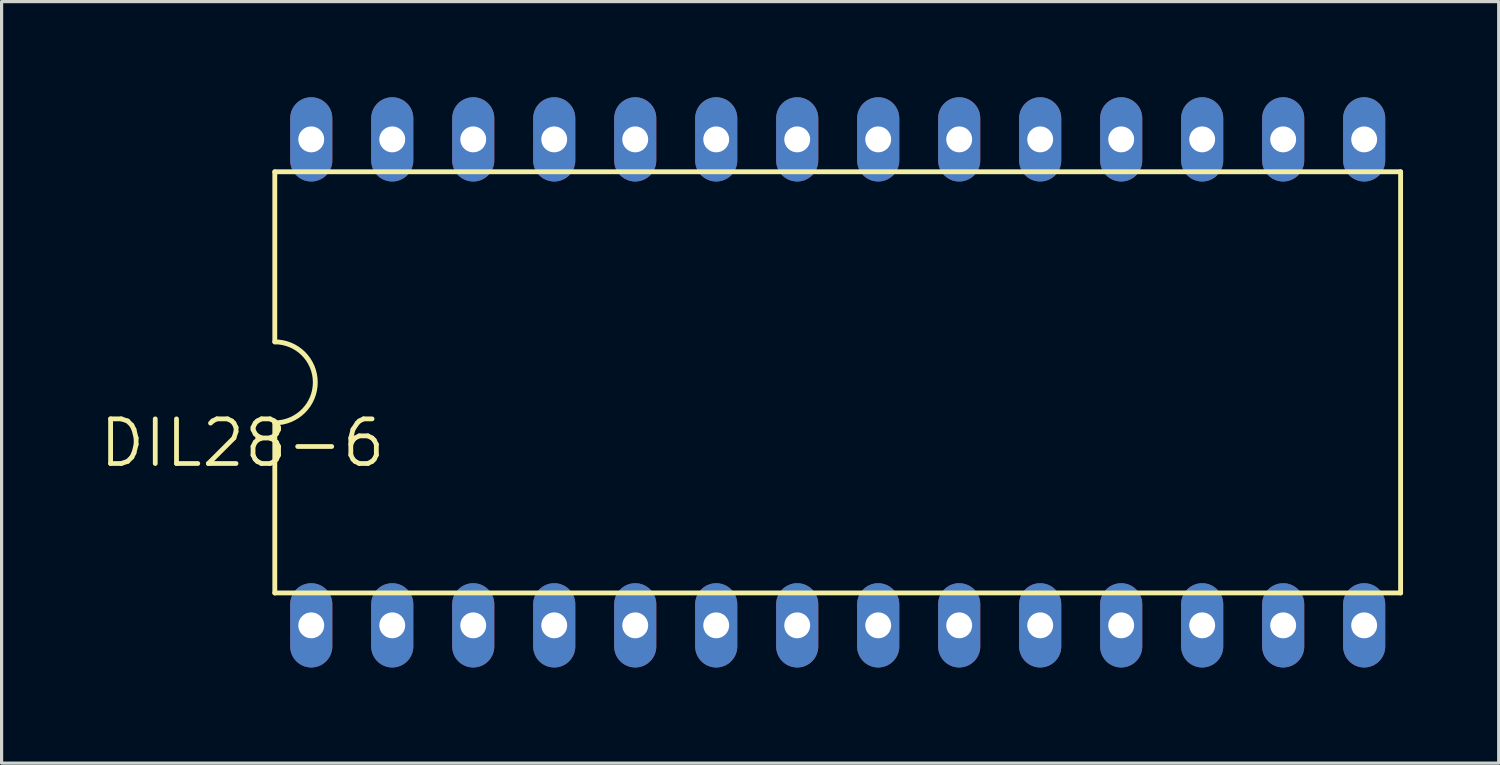
<source format=kicad_pcb>
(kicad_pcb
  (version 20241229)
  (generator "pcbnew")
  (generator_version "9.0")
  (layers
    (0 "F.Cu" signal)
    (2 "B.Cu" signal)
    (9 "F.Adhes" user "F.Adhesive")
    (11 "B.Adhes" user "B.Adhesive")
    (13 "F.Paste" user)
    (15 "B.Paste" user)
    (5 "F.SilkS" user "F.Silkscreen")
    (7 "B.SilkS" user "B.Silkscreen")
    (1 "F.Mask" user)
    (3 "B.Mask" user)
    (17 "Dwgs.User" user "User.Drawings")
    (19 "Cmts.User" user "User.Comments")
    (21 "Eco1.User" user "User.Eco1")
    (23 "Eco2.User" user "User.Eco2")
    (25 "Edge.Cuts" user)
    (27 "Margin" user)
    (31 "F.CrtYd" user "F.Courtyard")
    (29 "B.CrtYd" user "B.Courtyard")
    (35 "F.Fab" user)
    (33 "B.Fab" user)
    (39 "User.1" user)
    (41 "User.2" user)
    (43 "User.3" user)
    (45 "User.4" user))
  (footprint "DIL28-6"
    (layer "F.Cu")
    (at 23.221 8.941)
    (property "Reference" "DIL28-6" (at -18.669 1.905 180) (layer "F.SilkS") (effects (font (size 1.4 1.4) (thickness 0.15))))
    (attr through_hole)
    (fp_line (start -17.653 -6.604) (end -17.653 -1.27) (stroke (width 0.152) (type solid)) (layer "F.SilkS"))
    (fp_line (start -17.653 -6.604) (end 17.653 -6.604) (stroke (width 0.152) (type solid)) (layer "F.SilkS"))
    (fp_line (start -17.653 1.27) (end -17.653 6.604) (stroke (width 0.152) (type solid)) (layer "F.SilkS"))
    (fp_line (start -17.653 6.604) (end 17.653 6.604) (stroke (width 0.152) (type solid)) (layer "F.SilkS"))
    (fp_line (start 17.653 6.604) (end 17.653 -6.604) (stroke (width 0.152) (type solid)) (layer "F.SilkS"))
    (fp_arc (start -17.653 -1.27) (mid -16.383 0) (end -17.653 1.27) (stroke (width 0.1524) (type solid)) (layer "F.SilkS"))
    (pad "1" thru_hole oval (at -16.51 7.62) (size 1.321 2.642) (drill 0.813) (layers "*.Cu" "*.Mask"))
    (pad "2" thru_hole oval (at -13.97 7.62) (size 1.321 2.642) (drill 0.813) (layers "*.Cu" "*.Mask"))
    (pad "3" thru_hole oval (at -11.43 7.62) (size 1.321 2.642) (drill 0.813) (layers "*.Cu" "*.Mask"))
    (pad "4" thru_hole oval (at -8.89 7.62) (size 1.321 2.642) (drill 0.813) (layers "*.Cu" "*.Mask"))
    (pad "5" thru_hole oval (at -6.35 7.62) (size 1.321 2.642) (drill 0.813) (layers "*.Cu" "*.Mask"))
    (pad "6" thru_hole oval (at -3.81 7.62) (size 1.321 2.642) (drill 0.813) (layers "*.Cu" "*.Mask"))
    (pad "7" thru_hole oval (at -1.27 7.62) (size 1.321 2.642) (drill 0.813) (layers "*.Cu" "*.Mask"))
    (pad "8" thru_hole oval (at 1.27 7.62) (size 1.321 2.642) (drill 0.813) (layers "*.Cu" "*.Mask"))
    (pad "9" thru_hole oval (at 3.81 7.62) (size 1.321 2.642) (drill 0.813) (layers "*.Cu" "*.Mask"))
    (pad "10" thru_hole oval (at 6.35 7.62) (size 1.321 2.642) (drill 0.813) (layers "*.Cu" "*.Mask"))
    (pad "11" thru_hole oval (at 8.89 7.62) (size 1.321 2.642) (drill 0.813) (layers "*.Cu" "*.Mask"))
    (pad "12" thru_hole oval (at 11.43 7.62) (size 1.321 2.642) (drill 0.813) (layers "*.Cu" "*.Mask"))
    (pad "13" thru_hole oval (at 13.97 7.62) (size 1.321 2.642) (drill 0.813) (layers "*.Cu" "*.Mask"))
    (pad "14" thru_hole oval (at 16.51 7.62) (size 1.321 2.642) (drill 0.813) (layers "*.Cu" "*.Mask"))
    (pad "15" thru_hole oval (at 16.51 -7.62) (size 1.321 2.642) (drill 0.813) (layers "*.Cu" "*.Mask"))
    (pad "16" thru_hole oval (at 13.97 -7.62) (size 1.321 2.642) (drill 0.813) (layers "*.Cu" "*.Mask"))
    (pad "17" thru_hole oval (at 11.43 -7.62) (size 1.321 2.642) (drill 0.813) (layers "*.Cu" "*.Mask"))
    (pad "18" thru_hole oval (at 8.89 -7.62) (size 1.321 2.642) (drill 0.813) (layers "*.Cu" "*.Mask"))
    (pad "19" thru_hole oval (at 6.35 -7.62) (size 1.321 2.642) (drill 0.813) (layers "*.Cu" "*.Mask"))
    (pad "20" thru_hole oval (at 3.81 -7.62) (size 1.321 2.642) (drill 0.813) (layers "*.Cu" "*.Mask"))
    (pad "21" thru_hole oval (at 1.27 -7.62) (size 1.321 2.642) (drill 0.813) (layers "*.Cu" "*.Mask"))
    (pad "22" thru_hole oval (at -1.27 -7.62) (size 1.321 2.642) (drill 0.813) (layers "*.Cu" "*.Mask"))
    (pad "23" thru_hole oval (at -3.81 -7.62) (size 1.321 2.642) (drill 0.813) (layers "*.Cu" "*.Mask"))
    (pad "24" thru_hole oval (at -6.35 -7.62) (size 1.321 2.642) (drill 0.813) (layers "*.Cu" "*.Mask"))
    (pad "25" thru_hole oval (at -8.89 -7.62) (size 1.321 2.642) (drill 0.813) (layers "*.Cu" "*.Mask"))
    (pad "26" thru_hole oval (at -11.43 -7.62) (size 1.321 2.642) (drill 0.813) (layers "*.Cu" "*.Mask"))
    (pad "27" thru_hole oval (at -13.97 -7.62) (size 1.321 2.642) (drill 0.813) (layers "*.Cu" "*.Mask"))
    (pad "28" thru_hole oval (at -16.51 -7.62) (size 1.321 2.642) (drill 0.813) (layers "*.Cu" "*.Mask")))
  (gr_rect
    (start -3 -3)
    (end 43.95 20.882)
    (stroke (width 0.1) (type default))
    (fill no)
    (layer "Edge.Cuts")))
</source>
